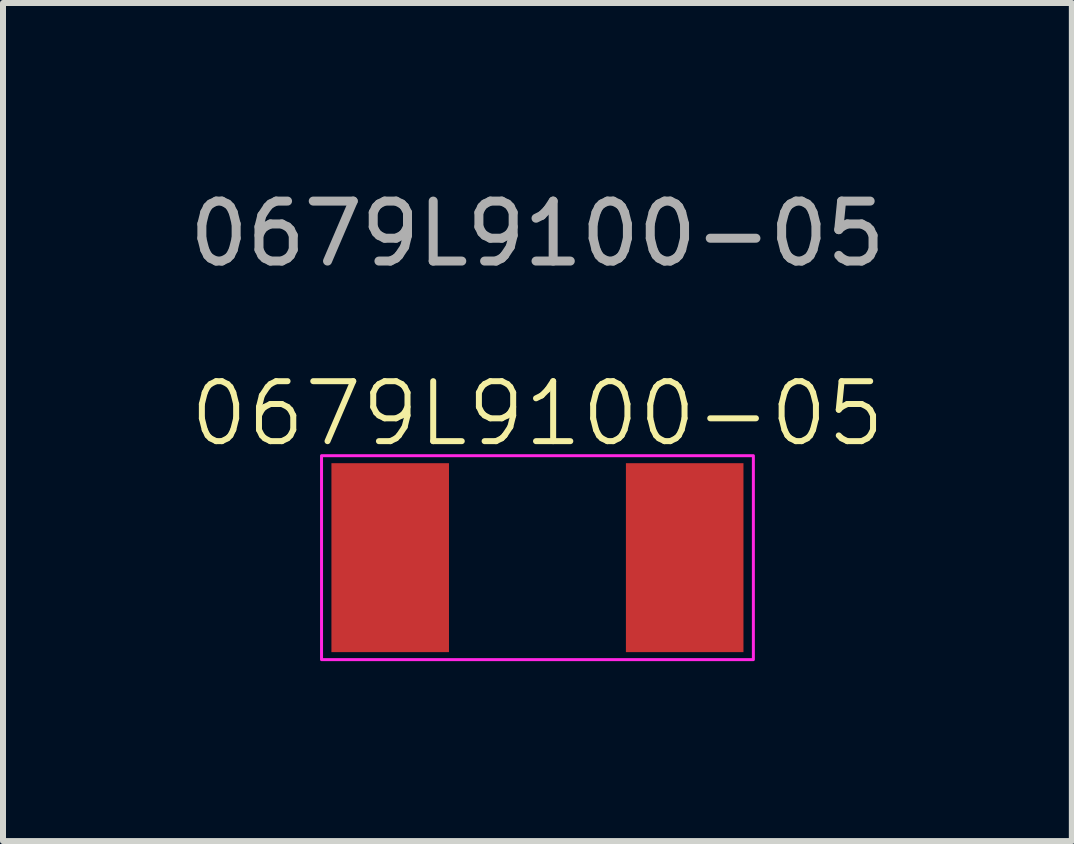
<source format=kicad_pcb>
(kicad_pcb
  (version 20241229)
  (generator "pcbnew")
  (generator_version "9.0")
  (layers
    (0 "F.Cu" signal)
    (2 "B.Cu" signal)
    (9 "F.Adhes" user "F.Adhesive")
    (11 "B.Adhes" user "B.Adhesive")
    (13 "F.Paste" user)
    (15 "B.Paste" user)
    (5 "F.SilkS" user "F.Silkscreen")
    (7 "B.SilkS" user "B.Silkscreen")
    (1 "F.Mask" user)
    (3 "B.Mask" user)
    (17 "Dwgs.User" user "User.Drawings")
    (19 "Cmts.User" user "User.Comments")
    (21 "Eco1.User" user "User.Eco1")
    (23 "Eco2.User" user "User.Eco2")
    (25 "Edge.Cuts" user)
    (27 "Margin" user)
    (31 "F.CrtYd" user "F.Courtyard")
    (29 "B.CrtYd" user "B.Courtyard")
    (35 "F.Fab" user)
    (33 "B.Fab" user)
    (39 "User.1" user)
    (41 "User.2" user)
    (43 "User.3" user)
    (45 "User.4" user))
  (footprint "0679L9100-05"
    (layer "F.Cu")
    (at 5.911 6.248)
    (property "Reference" "0679L9100-05" (at 0 -2.4 0) (unlocked yes) (layer "F.SilkS") (effects (font (size 1 1) (thickness 0.1))))
    (attr smd)
    (fp_rect (start -3.6 -1.7) (end 3.6 1.7) (stroke (width 0.05) (type default)) (fill no) (layer "F.CrtYd"))
    (fp_text user "${REFERENCE}" (at 0 -5.4 0) (unlocked yes) (layer "F.Fab") (effects (font (size 1 1) (thickness 0.15))))
    (pad "1" smd rect (at -2.455 0) (size 1.96 3.15) (layers "F.Cu" "F.Mask" "F.Paste"))
    (pad "2" smd rect (at 2.455 0) (size 1.96 3.15) (layers "F.Cu" "F.Mask" "F.Paste")))
  (gr_rect
    (start -3 -3)
    (end 14.821 10.973)
    (stroke (width 0.1) (type default))
    (fill no)
    (layer "Edge.Cuts")))
</source>
